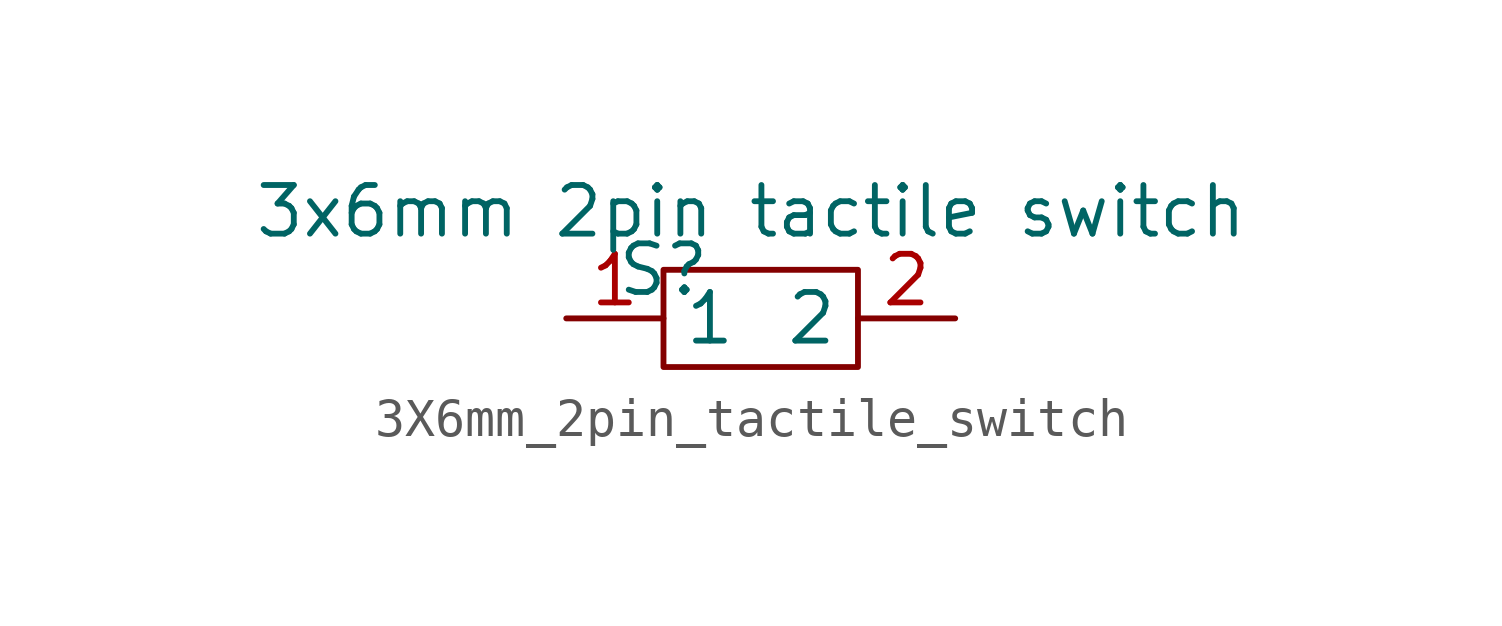
<source format=kicad_sym>
(kicad_symbol_lib
  (version 20241209)
  (generator "kicad_symbol_editor")
  (generator_version "9.0")
  (symbol "3X6mm_2pin_tactile_switch"
    (property "Reference" "S"
      (at 0 0 0)
      (effects (font (size 1.27 1.27))))
    (property "Value" "3x6mm 2pin tactile switch"
      (at 2.286 1.524 0)
      (effects (font (size 1.27 1.27))))
    (symbol "3X6mm_2pin_tactile_switch_0_1"
      (rectangle (start 0 0) (end 5.08 -2.54) (stroke (width 0) (type default)) (fill (type none))))
    (symbol "3X6mm_2pin_tactile_switch_1_1"
      (pin passive line (at -2.54 -1.27 0) (length 2.54) (name "1" (effects (font (size 1.27 1.27)))) (number "1" (effects (font (size 1.27 1.27)))))
      (pin passive line (at 7.62 -1.27 180) (length 2.54) (name "2" (effects (font (size 1.27 1.27)))) (number "2" (effects (font (size 1.27 1.27))))))))
</source>
